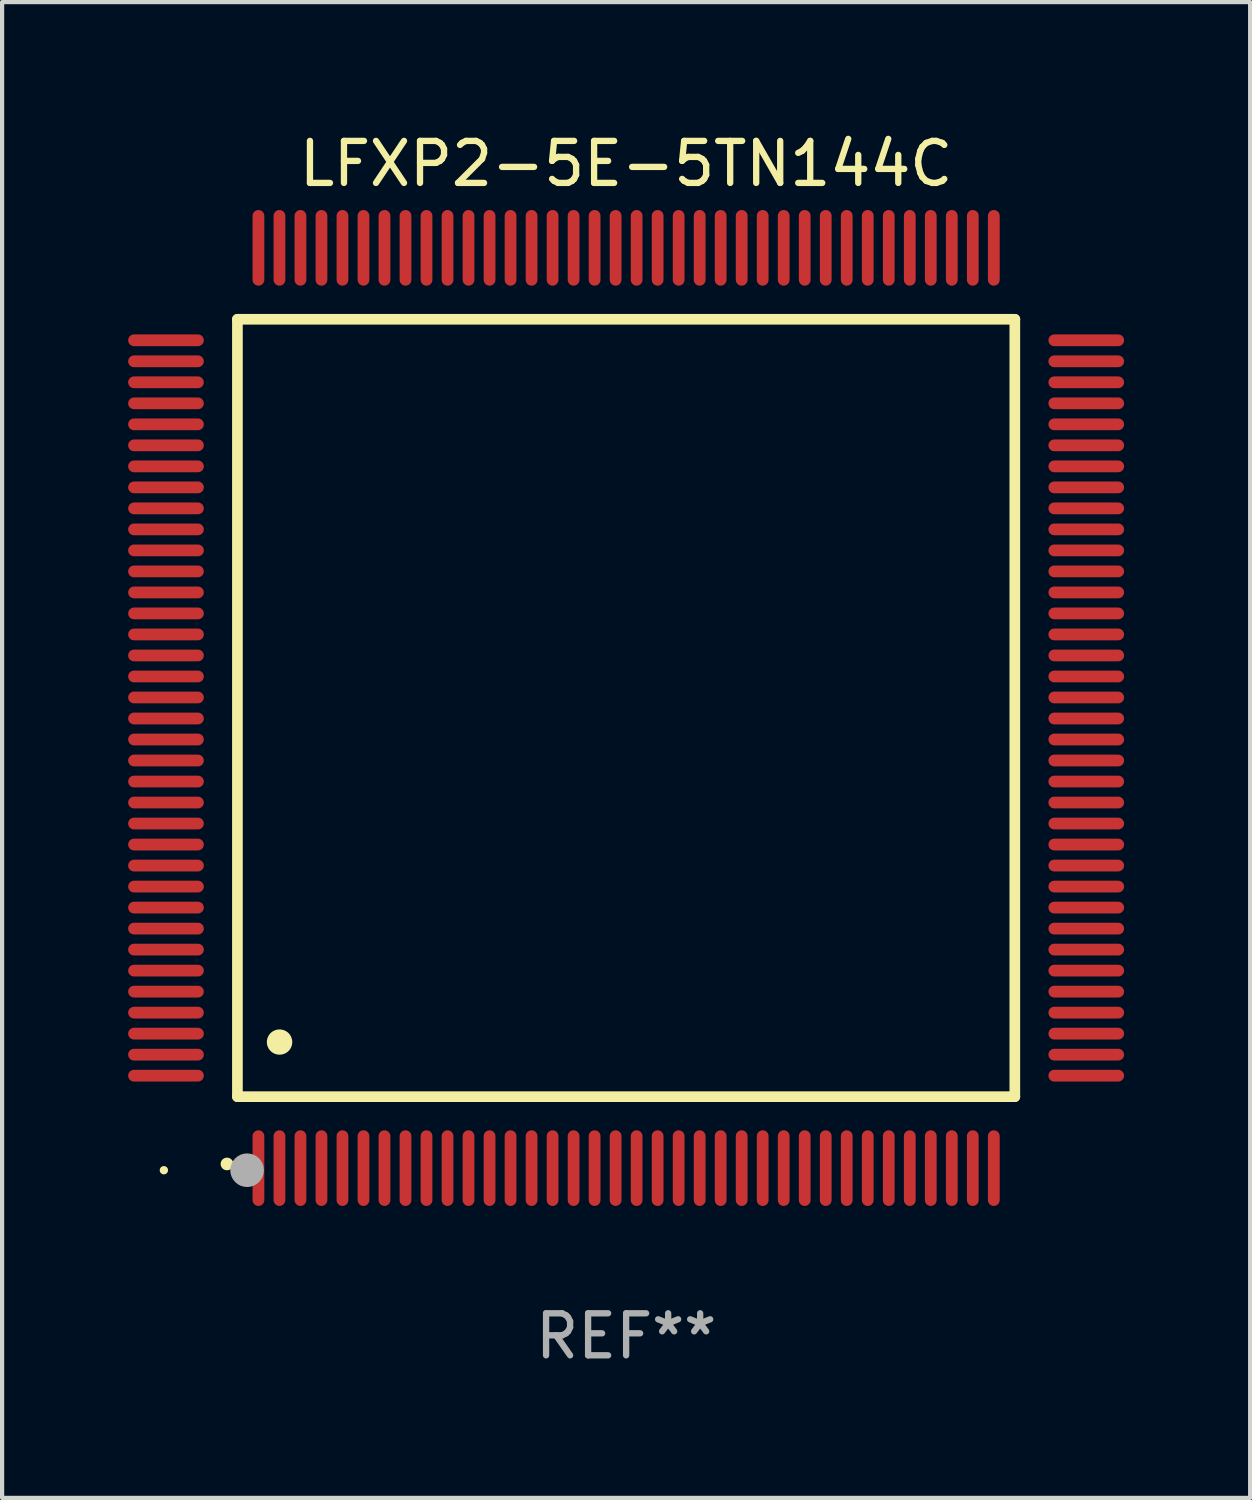
<source format=kicad_pcb>
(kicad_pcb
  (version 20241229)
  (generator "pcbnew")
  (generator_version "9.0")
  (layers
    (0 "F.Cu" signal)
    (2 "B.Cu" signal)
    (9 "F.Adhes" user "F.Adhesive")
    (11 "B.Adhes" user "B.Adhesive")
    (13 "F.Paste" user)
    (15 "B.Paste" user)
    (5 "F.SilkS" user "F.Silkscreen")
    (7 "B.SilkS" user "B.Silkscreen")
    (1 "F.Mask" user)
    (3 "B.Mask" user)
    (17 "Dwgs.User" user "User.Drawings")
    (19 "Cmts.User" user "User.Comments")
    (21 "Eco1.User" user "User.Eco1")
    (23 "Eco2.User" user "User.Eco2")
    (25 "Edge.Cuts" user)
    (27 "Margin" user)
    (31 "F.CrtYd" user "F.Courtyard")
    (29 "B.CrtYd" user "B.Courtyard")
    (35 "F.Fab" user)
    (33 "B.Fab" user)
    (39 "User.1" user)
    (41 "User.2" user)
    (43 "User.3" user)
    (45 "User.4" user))
  (footprint "LFXP2-5E-5TN144C"
    (layer "F.Cu")
    (at 11.85 13.798)
    (property "Reference" "LFXP2-5E-5TN144C" (at 0 -12.95 0) (layer "F.SilkS") (effects (font (size 1 1) (thickness 0.15))))
    (attr through_hole)
    (fp_line (start -9.25 -9.25) (end -9.25 9.25) (stroke (width 0.254) (type solid)) (layer "F.SilkS"))
    (fp_line (start -9.25 9.25) (end 9.25 9.25) (stroke (width 0.254) (type solid)) (layer "F.SilkS"))
    (fp_line (start 9.25 -9.25) (end -9.25 -9.25) (stroke (width 0.254) (type solid)) (layer "F.SilkS"))
    (fp_line (start 9.25 9.25) (end 9.25 -9.25) (stroke (width 0.254) (type solid)) (layer "F.SilkS"))
    (fp_arc (start -9.499619 10.850902) (mid -9.498349 10.850897) (end -9.497079 10.850902) (stroke (width 0.3) (type solid)) (layer "F.SilkS"))
    (fp_arc (start -8.249936 7.950216) (mid -8.247396 7.950205) (end -8.244856 7.950216) (stroke (width 0.6) (type solid)) (layer "F.SilkS"))
    (fp_circle (center -11 11) (end -10.95 11) (stroke (width 0.1) (type solid)) (fill no) (layer "F.SilkS"))
    (fp_circle (center -9.02 11) (end -8.82 11) (stroke (width 0.4) (type solid)) (fill no) (layer "F.Fab"))
    (fp_text user "REF**" (at 0 14.95 0) (layer "F.Fab") (effects (font (size 1 1) (thickness 0.15))))
    (pad "1" smd oval (at -8.75 10.95) (size 0.28 1.8) (layers "F.Cu" "F.Mask" "F.Paste"))
    (pad "2" smd oval (at -8.25 10.95) (size 0.28 1.8) (layers "F.Cu" "F.Mask" "F.Paste"))
    (pad "3" smd oval (at -7.75 10.95) (size 0.28 1.8) (layers "F.Cu" "F.Mask" "F.Paste"))
    (pad "4" smd oval (at -7.25 10.95) (size 0.28 1.8) (layers "F.Cu" "F.Mask" "F.Paste"))
    (pad "5" smd oval (at -6.75 10.95) (size 0.28 1.8) (layers "F.Cu" "F.Mask" "F.Paste"))
    (pad "6" smd oval (at -6.25 10.95) (size 0.28 1.8) (layers "F.Cu" "F.Mask" "F.Paste"))
    (pad "7" smd oval (at -5.75 10.95) (size 0.28 1.8) (layers "F.Cu" "F.Mask" "F.Paste"))
    (pad "8" smd oval (at -5.25 10.95) (size 0.28 1.8) (layers "F.Cu" "F.Mask" "F.Paste"))
    (pad "9" smd oval (at -4.75 10.95) (size 0.28 1.8) (layers "F.Cu" "F.Mask" "F.Paste"))
    (pad "10" smd oval (at -4.25 10.95) (size 0.28 1.8) (layers "F.Cu" "F.Mask" "F.Paste"))
    (pad "11" smd oval (at -3.75 10.95) (size 0.28 1.8) (layers "F.Cu" "F.Mask" "F.Paste"))
    (pad "12" smd oval (at -3.25 10.95) (size 0.28 1.8) (layers "F.Cu" "F.Mask" "F.Paste"))
    (pad "13" smd oval (at -2.75 10.95) (size 0.28 1.8) (layers "F.Cu" "F.Mask" "F.Paste"))
    (pad "14" smd oval (at -2.25 10.95) (size 0.28 1.8) (layers "F.Cu" "F.Mask" "F.Paste"))
    (pad "15" smd oval (at -1.75 10.95) (size 0.28 1.8) (layers "F.Cu" "F.Mask" "F.Paste"))
    (pad "16" smd oval (at -1.25 10.95) (size 0.28 1.8) (layers "F.Cu" "F.Mask" "F.Paste"))
    (pad "17" smd oval (at -0.75 10.95) (size 0.28 1.8) (layers "F.Cu" "F.Mask" "F.Paste"))
    (pad "18" smd oval (at -0.25 10.95) (size 0.28 1.8) (layers "F.Cu" "F.Mask" "F.Paste"))
    (pad "19" smd oval (at 0.25 10.95) (size 0.28 1.8) (layers "F.Cu" "F.Mask" "F.Paste"))
    (pad "20" smd oval (at 0.75 10.95) (size 0.28 1.8) (layers "F.Cu" "F.Mask" "F.Paste"))
    (pad "21" smd oval (at 1.25 10.95) (size 0.28 1.8) (layers "F.Cu" "F.Mask" "F.Paste"))
    (pad "22" smd oval (at 1.75 10.95) (size 0.28 1.8) (layers "F.Cu" "F.Mask" "F.Paste"))
    (pad "23" smd oval (at 2.25 10.95) (size 0.28 1.8) (layers "F.Cu" "F.Mask" "F.Paste"))
    (pad "24" smd oval (at 2.75 10.95) (size 0.28 1.8) (layers "F.Cu" "F.Mask" "F.Paste"))
    (pad "25" smd oval (at 3.25 10.95) (size 0.28 1.8) (layers "F.Cu" "F.Mask" "F.Paste"))
    (pad "26" smd oval (at 3.75 10.95) (size 0.28 1.8) (layers "F.Cu" "F.Mask" "F.Paste"))
    (pad "27" smd oval (at 4.25 10.95) (size 0.28 1.8) (layers "F.Cu" "F.Mask" "F.Paste"))
    (pad "28" smd oval (at 4.75 10.95) (size 0.28 1.8) (layers "F.Cu" "F.Mask" "F.Paste"))
    (pad "29" smd oval (at 5.25 10.95) (size 0.28 1.8) (layers "F.Cu" "F.Mask" "F.Paste"))
    (pad "30" smd oval (at 5.75 10.95) (size 0.28 1.8) (layers "F.Cu" "F.Mask" "F.Paste"))
    (pad "31" smd oval (at 6.25 10.95) (size 0.28 1.8) (layers "F.Cu" "F.Mask" "F.Paste"))
    (pad "32" smd oval (at 6.75 10.95) (size 0.28 1.8) (layers "F.Cu" "F.Mask" "F.Paste"))
    (pad "33" smd oval (at 7.25 10.95) (size 0.28 1.8) (layers "F.Cu" "F.Mask" "F.Paste"))
    (pad "34" smd oval (at 7.75 10.95) (size 0.28 1.8) (layers "F.Cu" "F.Mask" "F.Paste"))
    (pad "35" smd oval (at 8.25 10.95) (size 0.28 1.8) (layers "F.Cu" "F.Mask" "F.Paste"))
    (pad "36" smd oval (at 8.75 10.95) (size 0.28 1.8) (layers "F.Cu" "F.Mask" "F.Paste"))
    (pad "37" smd oval (at 10.95 8.75) (size 1.8 0.28) (layers "F.Cu" "F.Mask" "F.Paste"))
    (pad "38" smd oval (at 10.95 8.25) (size 1.8 0.28) (layers "F.Cu" "F.Mask" "F.Paste"))
    (pad "39" smd oval (at 10.95 7.75) (size 1.8 0.28) (layers "F.Cu" "F.Mask" "F.Paste"))
    (pad "40" smd oval (at 10.95 7.25) (size 1.8 0.28) (layers "F.Cu" "F.Mask" "F.Paste"))
    (pad "41" smd oval (at 10.95 6.75) (size 1.8 0.28) (layers "F.Cu" "F.Mask" "F.Paste"))
    (pad "42" smd oval (at 10.95 6.25) (size 1.8 0.28) (layers "F.Cu" "F.Mask" "F.Paste"))
    (pad "43" smd oval (at 10.95 5.75) (size 1.8 0.28) (layers "F.Cu" "F.Mask" "F.Paste"))
    (pad "44" smd oval (at 10.95 5.25) (size 1.8 0.28) (layers "F.Cu" "F.Mask" "F.Paste"))
    (pad "45" smd oval (at 10.95 4.75) (size 1.8 0.28) (layers "F.Cu" "F.Mask" "F.Paste"))
    (pad "46" smd oval (at 10.95 4.25) (size 1.8 0.28) (layers "F.Cu" "F.Mask" "F.Paste"))
    (pad "47" smd oval (at 10.95 3.75) (size 1.8 0.28) (layers "F.Cu" "F.Mask" "F.Paste"))
    (pad "48" smd oval (at 10.95 3.25) (size 1.8 0.28) (layers "F.Cu" "F.Mask" "F.Paste"))
    (pad "49" smd oval (at 10.95 2.75) (size 1.8 0.28) (layers "F.Cu" "F.Mask" "F.Paste"))
    (pad "50" smd oval (at 10.95 2.25) (size 1.8 0.28) (layers "F.Cu" "F.Mask" "F.Paste"))
    (pad "51" smd oval (at 10.95 1.75) (size 1.8 0.28) (layers "F.Cu" "F.Mask" "F.Paste"))
    (pad "52" smd oval (at 10.95 1.25) (size 1.8 0.28) (layers "F.Cu" "F.Mask" "F.Paste"))
    (pad "53" smd oval (at 10.95 0.75) (size 1.8 0.28) (layers "F.Cu" "F.Mask" "F.Paste"))
    (pad "54" smd oval (at 10.95 0.25) (size 1.8 0.28) (layers "F.Cu" "F.Mask" "F.Paste"))
    (pad "55" smd oval (at 10.95 -0.25) (size 1.8 0.28) (layers "F.Cu" "F.Mask" "F.Paste"))
    (pad "56" smd oval (at 10.95 -0.75) (size 1.8 0.28) (layers "F.Cu" "F.Mask" "F.Paste"))
    (pad "57" smd oval (at 10.95 -1.25) (size 1.8 0.28) (layers "F.Cu" "F.Mask" "F.Paste"))
    (pad "58" smd oval (at 10.95 -1.75) (size 1.8 0.28) (layers "F.Cu" "F.Mask" "F.Paste"))
    (pad "59" smd oval (at 10.95 -2.25) (size 1.8 0.28) (layers "F.Cu" "F.Mask" "F.Paste"))
    (pad "60" smd oval (at 10.95 -2.75) (size 1.8 0.28) (layers "F.Cu" "F.Mask" "F.Paste"))
    (pad "61" smd oval (at 10.95 -3.25) (size 1.8 0.28) (layers "F.Cu" "F.Mask" "F.Paste"))
    (pad "62" smd oval (at 10.95 -3.75) (size 1.8 0.28) (layers "F.Cu" "F.Mask" "F.Paste"))
    (pad "63" smd oval (at 10.95 -4.25) (size 1.8 0.28) (layers "F.Cu" "F.Mask" "F.Paste"))
    (pad "64" smd oval (at 10.95 -4.75) (size 1.8 0.28) (layers "F.Cu" "F.Mask" "F.Paste"))
    (pad "65" smd oval (at 10.95 -5.25) (size 1.8 0.28) (layers "F.Cu" "F.Mask" "F.Paste"))
    (pad "66" smd oval (at 10.95 -5.75) (size 1.8 0.28) (layers "F.Cu" "F.Mask" "F.Paste"))
    (pad "67" smd oval (at 10.95 -6.25) (size 1.8 0.28) (layers "F.Cu" "F.Mask" "F.Paste"))
    (pad "68" smd oval (at 10.95 -6.75) (size 1.8 0.28) (layers "F.Cu" "F.Mask" "F.Paste"))
    (pad "69" smd oval (at 10.95 -7.25) (size 1.8 0.28) (layers "F.Cu" "F.Mask" "F.Paste"))
    (pad "70" smd oval (at 10.95 -7.75) (size 1.8 0.28) (layers "F.Cu" "F.Mask" "F.Paste"))
    (pad "71" smd oval (at 10.95 -8.25) (size 1.8 0.28) (layers "F.Cu" "F.Mask" "F.Paste"))
    (pad "72" smd oval (at 10.95 -8.75) (size 1.8 0.28) (layers "F.Cu" "F.Mask" "F.Paste"))
    (pad "73" smd oval (at 8.75 -10.95) (size 0.28 1.8) (layers "F.Cu" "F.Mask" "F.Paste"))
    (pad "74" smd oval (at 8.25 -10.95) (size 0.28 1.8) (layers "F.Cu" "F.Mask" "F.Paste"))
    (pad "75" smd oval (at 7.75 -10.95) (size 0.28 1.8) (layers "F.Cu" "F.Mask" "F.Paste"))
    (pad "76" smd oval (at 7.25 -10.95) (size 0.28 1.8) (layers "F.Cu" "F.Mask" "F.Paste"))
    (pad "77" smd oval (at 6.75 -10.95) (size 0.28 1.8) (layers "F.Cu" "F.Mask" "F.Paste"))
    (pad "78" smd oval (at 6.25 -10.95) (size 0.28 1.8) (layers "F.Cu" "F.Mask" "F.Paste"))
    (pad "79" smd oval (at 5.75 -10.95) (size 0.28 1.8) (layers "F.Cu" "F.Mask" "F.Paste"))
    (pad "80" smd oval (at 5.25 -10.95) (size 0.28 1.8) (layers "F.Cu" "F.Mask" "F.Paste"))
    (pad "81" smd oval (at 4.75 -10.95) (size 0.28 1.8) (layers "F.Cu" "F.Mask" "F.Paste"))
    (pad "82" smd oval (at 4.25 -10.95) (size 0.28 1.8) (layers "F.Cu" "F.Mask" "F.Paste"))
    (pad "83" smd oval (at 3.75 -10.95) (size 0.28 1.8) (layers "F.Cu" "F.Mask" "F.Paste"))
    (pad "84" smd oval (at 3.25 -10.95) (size 0.28 1.8) (layers "F.Cu" "F.Mask" "F.Paste"))
    (pad "85" smd oval (at 2.75 -10.95) (size 0.28 1.8) (layers "F.Cu" "F.Mask" "F.Paste"))
    (pad "86" smd oval (at 2.25 -10.95) (size 0.28 1.8) (layers "F.Cu" "F.Mask" "F.Paste"))
    (pad "87" smd oval (at 1.75 -10.95) (size 0.28 1.8) (layers "F.Cu" "F.Mask" "F.Paste"))
    (pad "88" smd oval (at 1.25 -10.95) (size 0.28 1.8) (layers "F.Cu" "F.Mask" "F.Paste"))
    (pad "89" smd oval (at 0.75 -10.95) (size 0.28 1.8) (layers "F.Cu" "F.Mask" "F.Paste"))
    (pad "90" smd oval (at 0.25 -10.95) (size 0.28 1.8) (layers "F.Cu" "F.Mask" "F.Paste"))
    (pad "91" smd oval (at -0.25 -10.95) (size 0.28 1.8) (layers "F.Cu" "F.Mask" "F.Paste"))
    (pad "92" smd oval (at -0.75 -10.95) (size 0.28 1.8) (layers "F.Cu" "F.Mask" "F.Paste"))
    (pad "93" smd oval (at -1.25 -10.95) (size 0.28 1.8) (layers "F.Cu" "F.Mask" "F.Paste"))
    (pad "94" smd oval (at -1.75 -10.95) (size 0.28 1.8) (layers "F.Cu" "F.Mask" "F.Paste"))
    (pad "95" smd oval (at -2.25 -10.95) (size 0.28 1.8) (layers "F.Cu" "F.Mask" "F.Paste"))
    (pad "96" smd oval (at -2.75 -10.95) (size 0.28 1.8) (layers "F.Cu" "F.Mask" "F.Paste"))
    (pad "97" smd oval (at -3.25 -10.95) (size 0.28 1.8) (layers "F.Cu" "F.Mask" "F.Paste"))
    (pad "98" smd oval (at -3.75 -10.95) (size 0.28 1.8) (layers "F.Cu" "F.Mask" "F.Paste"))
    (pad "99" smd oval (at -4.25 -10.95) (size 0.28 1.8) (layers "F.Cu" "F.Mask" "F.Paste"))
    (pad "100" smd oval (at -4.75 -10.95) (size 0.28 1.8) (layers "F.Cu" "F.Mask" "F.Paste"))
    (pad "101" smd oval (at -5.25 -10.95) (size 0.28 1.8) (layers "F.Cu" "F.Mask" "F.Paste"))
    (pad "102" smd oval (at -5.75 -10.95) (size 0.28 1.8) (layers "F.Cu" "F.Mask" "F.Paste"))
    (pad "103" smd oval (at -6.25 -10.95) (size 0.28 1.8) (layers "F.Cu" "F.Mask" "F.Paste"))
    (pad "104" smd oval (at -6.75 -10.95) (size 0.28 1.8) (layers "F.Cu" "F.Mask" "F.Paste"))
    (pad "105" smd oval (at -7.25 -10.95) (size 0.28 1.8) (layers "F.Cu" "F.Mask" "F.Paste"))
    (pad "106" smd oval (at -7.75 -10.95) (size 0.28 1.8) (layers "F.Cu" "F.Mask" "F.Paste"))
    (pad "107" smd oval (at -8.25 -10.95) (size 0.28 1.8) (layers "F.Cu" "F.Mask" "F.Paste"))
    (pad "108" smd oval (at -8.75 -10.95) (size 0.28 1.8) (layers "F.Cu" "F.Mask" "F.Paste"))
    (pad "109" smd oval (at -10.95 -8.75) (size 1.8 0.28) (layers "F.Cu" "F.Mask" "F.Paste"))
    (pad "110" smd oval (at -10.95 -8.25) (size 1.8 0.28) (layers "F.Cu" "F.Mask" "F.Paste"))
    (pad "111" smd oval (at -10.95 -7.75) (size 1.8 0.28) (layers "F.Cu" "F.Mask" "F.Paste"))
    (pad "112" smd oval (at -10.95 -7.25) (size 1.8 0.28) (layers "F.Cu" "F.Mask" "F.Paste"))
    (pad "113" smd oval (at -10.95 -6.75) (size 1.8 0.28) (layers "F.Cu" "F.Mask" "F.Paste"))
    (pad "114" smd oval (at -10.95 -6.25) (size 1.8 0.28) (layers "F.Cu" "F.Mask" "F.Paste"))
    (pad "115" smd oval (at -10.95 -5.75) (size 1.8 0.28) (layers "F.Cu" "F.Mask" "F.Paste"))
    (pad "116" smd oval (at -10.95 -5.25) (size 1.8 0.28) (layers "F.Cu" "F.Mask" "F.Paste"))
    (pad "117" smd oval (at -10.95 -4.75) (size 1.8 0.28) (layers "F.Cu" "F.Mask" "F.Paste"))
    (pad "118" smd oval (at -10.95 -4.25) (size 1.8 0.28) (layers "F.Cu" "F.Mask" "F.Paste"))
    (pad "119" smd oval (at -10.95 -3.75) (size 1.8 0.28) (layers "F.Cu" "F.Mask" "F.Paste"))
    (pad "120" smd oval (at -10.95 -3.25) (size 1.8 0.28) (layers "F.Cu" "F.Mask" "F.Paste"))
    (pad "121" smd oval (at -10.95 -2.75) (size 1.8 0.28) (layers "F.Cu" "F.Mask" "F.Paste"))
    (pad "122" smd oval (at -10.95 -2.25) (size 1.8 0.28) (layers "F.Cu" "F.Mask" "F.Paste"))
    (pad "123" smd oval (at -10.95 -1.75) (size 1.8 0.28) (layers "F.Cu" "F.Mask" "F.Paste"))
    (pad "124" smd oval (at -10.95 -1.25) (size 1.8 0.28) (layers "F.Cu" "F.Mask" "F.Paste"))
    (pad "125" smd oval (at -10.95 -0.75) (size 1.8 0.28) (layers "F.Cu" "F.Mask" "F.Paste"))
    (pad "126" smd oval (at -10.95 -0.25) (size 1.8 0.28) (layers "F.Cu" "F.Mask" "F.Paste"))
    (pad "127" smd oval (at -10.95 0.25) (size 1.8 0.28) (layers "F.Cu" "F.Mask" "F.Paste"))
    (pad "128" smd oval (at -10.95 0.75) (size 1.8 0.28) (layers "F.Cu" "F.Mask" "F.Paste"))
    (pad "129" smd oval (at -10.95 1.25) (size 1.8 0.28) (layers "F.Cu" "F.Mask" "F.Paste"))
    (pad "130" smd oval (at -10.95 1.75) (size 1.8 0.28) (layers "F.Cu" "F.Mask" "F.Paste"))
    (pad "131" smd oval (at -10.95 2.25) (size 1.8 0.28) (layers "F.Cu" "F.Mask" "F.Paste"))
    (pad "132" smd oval (at -10.95 2.75) (size 1.8 0.28) (layers "F.Cu" "F.Mask" "F.Paste"))
    (pad "133" smd oval (at -10.95 3.25) (size 1.8 0.28) (layers "F.Cu" "F.Mask" "F.Paste"))
    (pad "134" smd oval (at -10.95 3.75) (size 1.8 0.28) (layers "F.Cu" "F.Mask" "F.Paste"))
    (pad "135" smd oval (at -10.95 4.25) (size 1.8 0.28) (layers "F.Cu" "F.Mask" "F.Paste"))
    (pad "136" smd oval (at -10.95 4.75) (size 1.8 0.28) (layers "F.Cu" "F.Mask" "F.Paste"))
    (pad "137" smd oval (at -10.95 5.25) (size 1.8 0.28) (layers "F.Cu" "F.Mask" "F.Paste"))
    (pad "138" smd oval (at -10.95 5.75) (size 1.8 0.28) (layers "F.Cu" "F.Mask" "F.Paste"))
    (pad "139" smd oval (at -10.95 6.25) (size 1.8 0.28) (layers "F.Cu" "F.Mask" "F.Paste"))
    (pad "140" smd oval (at -10.95 6.75) (size 1.8 0.28) (layers "F.Cu" "F.Mask" "F.Paste"))
    (pad "141" smd oval (at -10.95 7.25) (size 1.8 0.28) (layers "F.Cu" "F.Mask" "F.Paste"))
    (pad "142" smd oval (at -10.95 7.75) (size 1.8 0.28) (layers "F.Cu" "F.Mask" "F.Paste"))
    (pad "143" smd oval (at -10.95 8.25) (size 1.8 0.28) (layers "F.Cu" "F.Mask" "F.Paste"))
    (pad "144" smd oval (at -10.95 8.75) (size 1.8 0.28) (layers "F.Cu" "F.Mask" "F.Paste")))
  (gr_rect
    (start -3 -3)
    (end 26.7 32.596)
    (stroke (width 0.1) (type default))
    (fill no)
    (layer "Edge.Cuts")))
</source>
